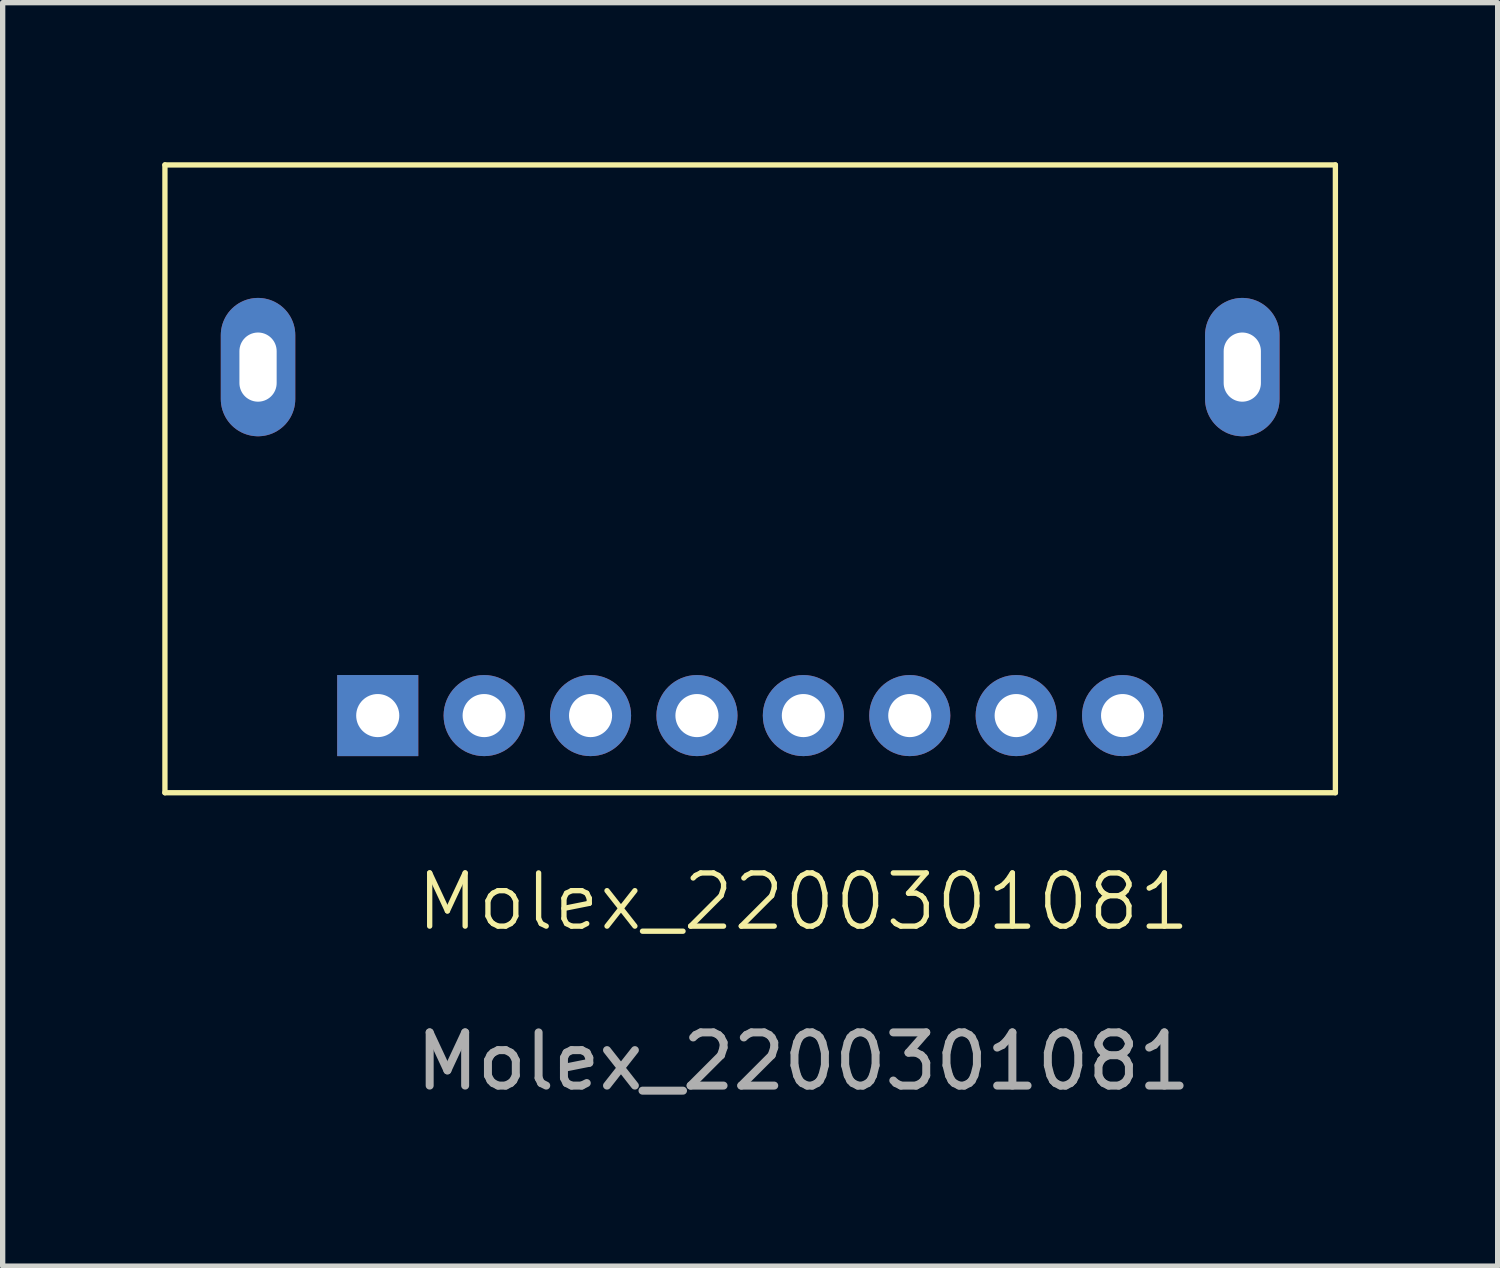
<source format=kicad_pcb>
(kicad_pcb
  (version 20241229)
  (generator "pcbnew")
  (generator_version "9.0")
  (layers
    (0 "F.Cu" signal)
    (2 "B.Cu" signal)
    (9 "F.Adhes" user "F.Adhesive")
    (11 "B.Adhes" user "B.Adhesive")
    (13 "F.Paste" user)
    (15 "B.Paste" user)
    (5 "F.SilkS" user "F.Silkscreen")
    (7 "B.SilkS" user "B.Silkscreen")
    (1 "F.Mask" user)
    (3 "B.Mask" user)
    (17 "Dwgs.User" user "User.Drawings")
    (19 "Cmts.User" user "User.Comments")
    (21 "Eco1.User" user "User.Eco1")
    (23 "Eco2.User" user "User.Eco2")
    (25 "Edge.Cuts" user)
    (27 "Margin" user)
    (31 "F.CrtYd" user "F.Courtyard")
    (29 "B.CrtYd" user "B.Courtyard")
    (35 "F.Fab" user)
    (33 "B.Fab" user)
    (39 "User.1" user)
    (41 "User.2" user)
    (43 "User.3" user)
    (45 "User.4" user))
  (footprint "Molex_2200301081"
    (layer "F.Cu")
    (at 12.05 14.4)
    (property "Reference" "Molex_2200301081" (at 0 -0.5 0) (unlocked yes) (layer "F.SilkS") (effects (font (size 1 1) (thickness 0.1))))
    (attr through_hole)
    (fp_line (start -12 -14.35) (end -12 -2.55) (stroke (width 0.1) (type default)) (layer "F.SilkS"))
    (fp_line (start -12 -14.35) (end 10 -14.35) (stroke (width 0.1) (type default)) (layer "F.SilkS"))
    (fp_line (start -12 -2.55) (end 10 -2.55) (stroke (width 0.1) (type default)) (layer "F.SilkS"))
    (fp_line (start 10 -14.35) (end 10 -2.55) (stroke (width 0.1) (type default)) (layer "F.SilkS"))
    (fp_text user "${REFERENCE}" (at 0 2.5 0) (unlocked yes) (layer "F.Fab") (effects (font (size 1 1) (thickness 0.15))))
    (pad "1" thru_hole rect (at -8 -4 90) (size 1.524 1.524) (drill 0.81) (layers "*.Cu" "*.Mask"))
    (pad "2" thru_hole circle (at -6 -4 90) (size 1.524 1.524) (drill 0.81) (layers "*.Cu" "*.Mask"))
    (pad "3" thru_hole circle (at -4 -4 90) (size 1.524 1.524) (drill 0.81) (layers "*.Cu" "*.Mask"))
    (pad "4" thru_hole circle (at -2 -4 90) (size 1.524 1.524) (drill 0.81) (layers "*.Cu" "*.Mask"))
    (pad "5" thru_hole circle (at 0 -4 90) (size 1.524 1.524) (drill 0.81) (layers "*.Cu" "*.Mask"))
    (pad "6" thru_hole circle (at 2 -4 90) (size 1.524 1.524) (drill 0.81) (layers "*.Cu" "*.Mask"))
    (pad "7" thru_hole circle (at 4 -4 90) (size 1.524 1.524) (drill 0.81) (layers "*.Cu" "*.Mask"))
    (pad "8" thru_hole circle (at 6 -4 90) (size 1.524 1.524) (drill 0.81) (layers "*.Cu" "*.Mask"))
    (pad "9" thru_hole oval (at -10.25 -10.55 270) (size 2.6 1.4) (drill oval 1.3 0.7) (layers "*.Cu" "*.Mask"))
    (pad "9" thru_hole oval (at 8.25 -10.55 270) (size 2.6 1.4) (drill oval 1.3 0.7) (layers "*.Cu" "*.Mask")))
  (gr_rect
    (start -3 -3)
    (end 25.1 20.748)
    (stroke (width 0.1) (type default))
    (fill no)
    (layer "Edge.Cuts")))
</source>
